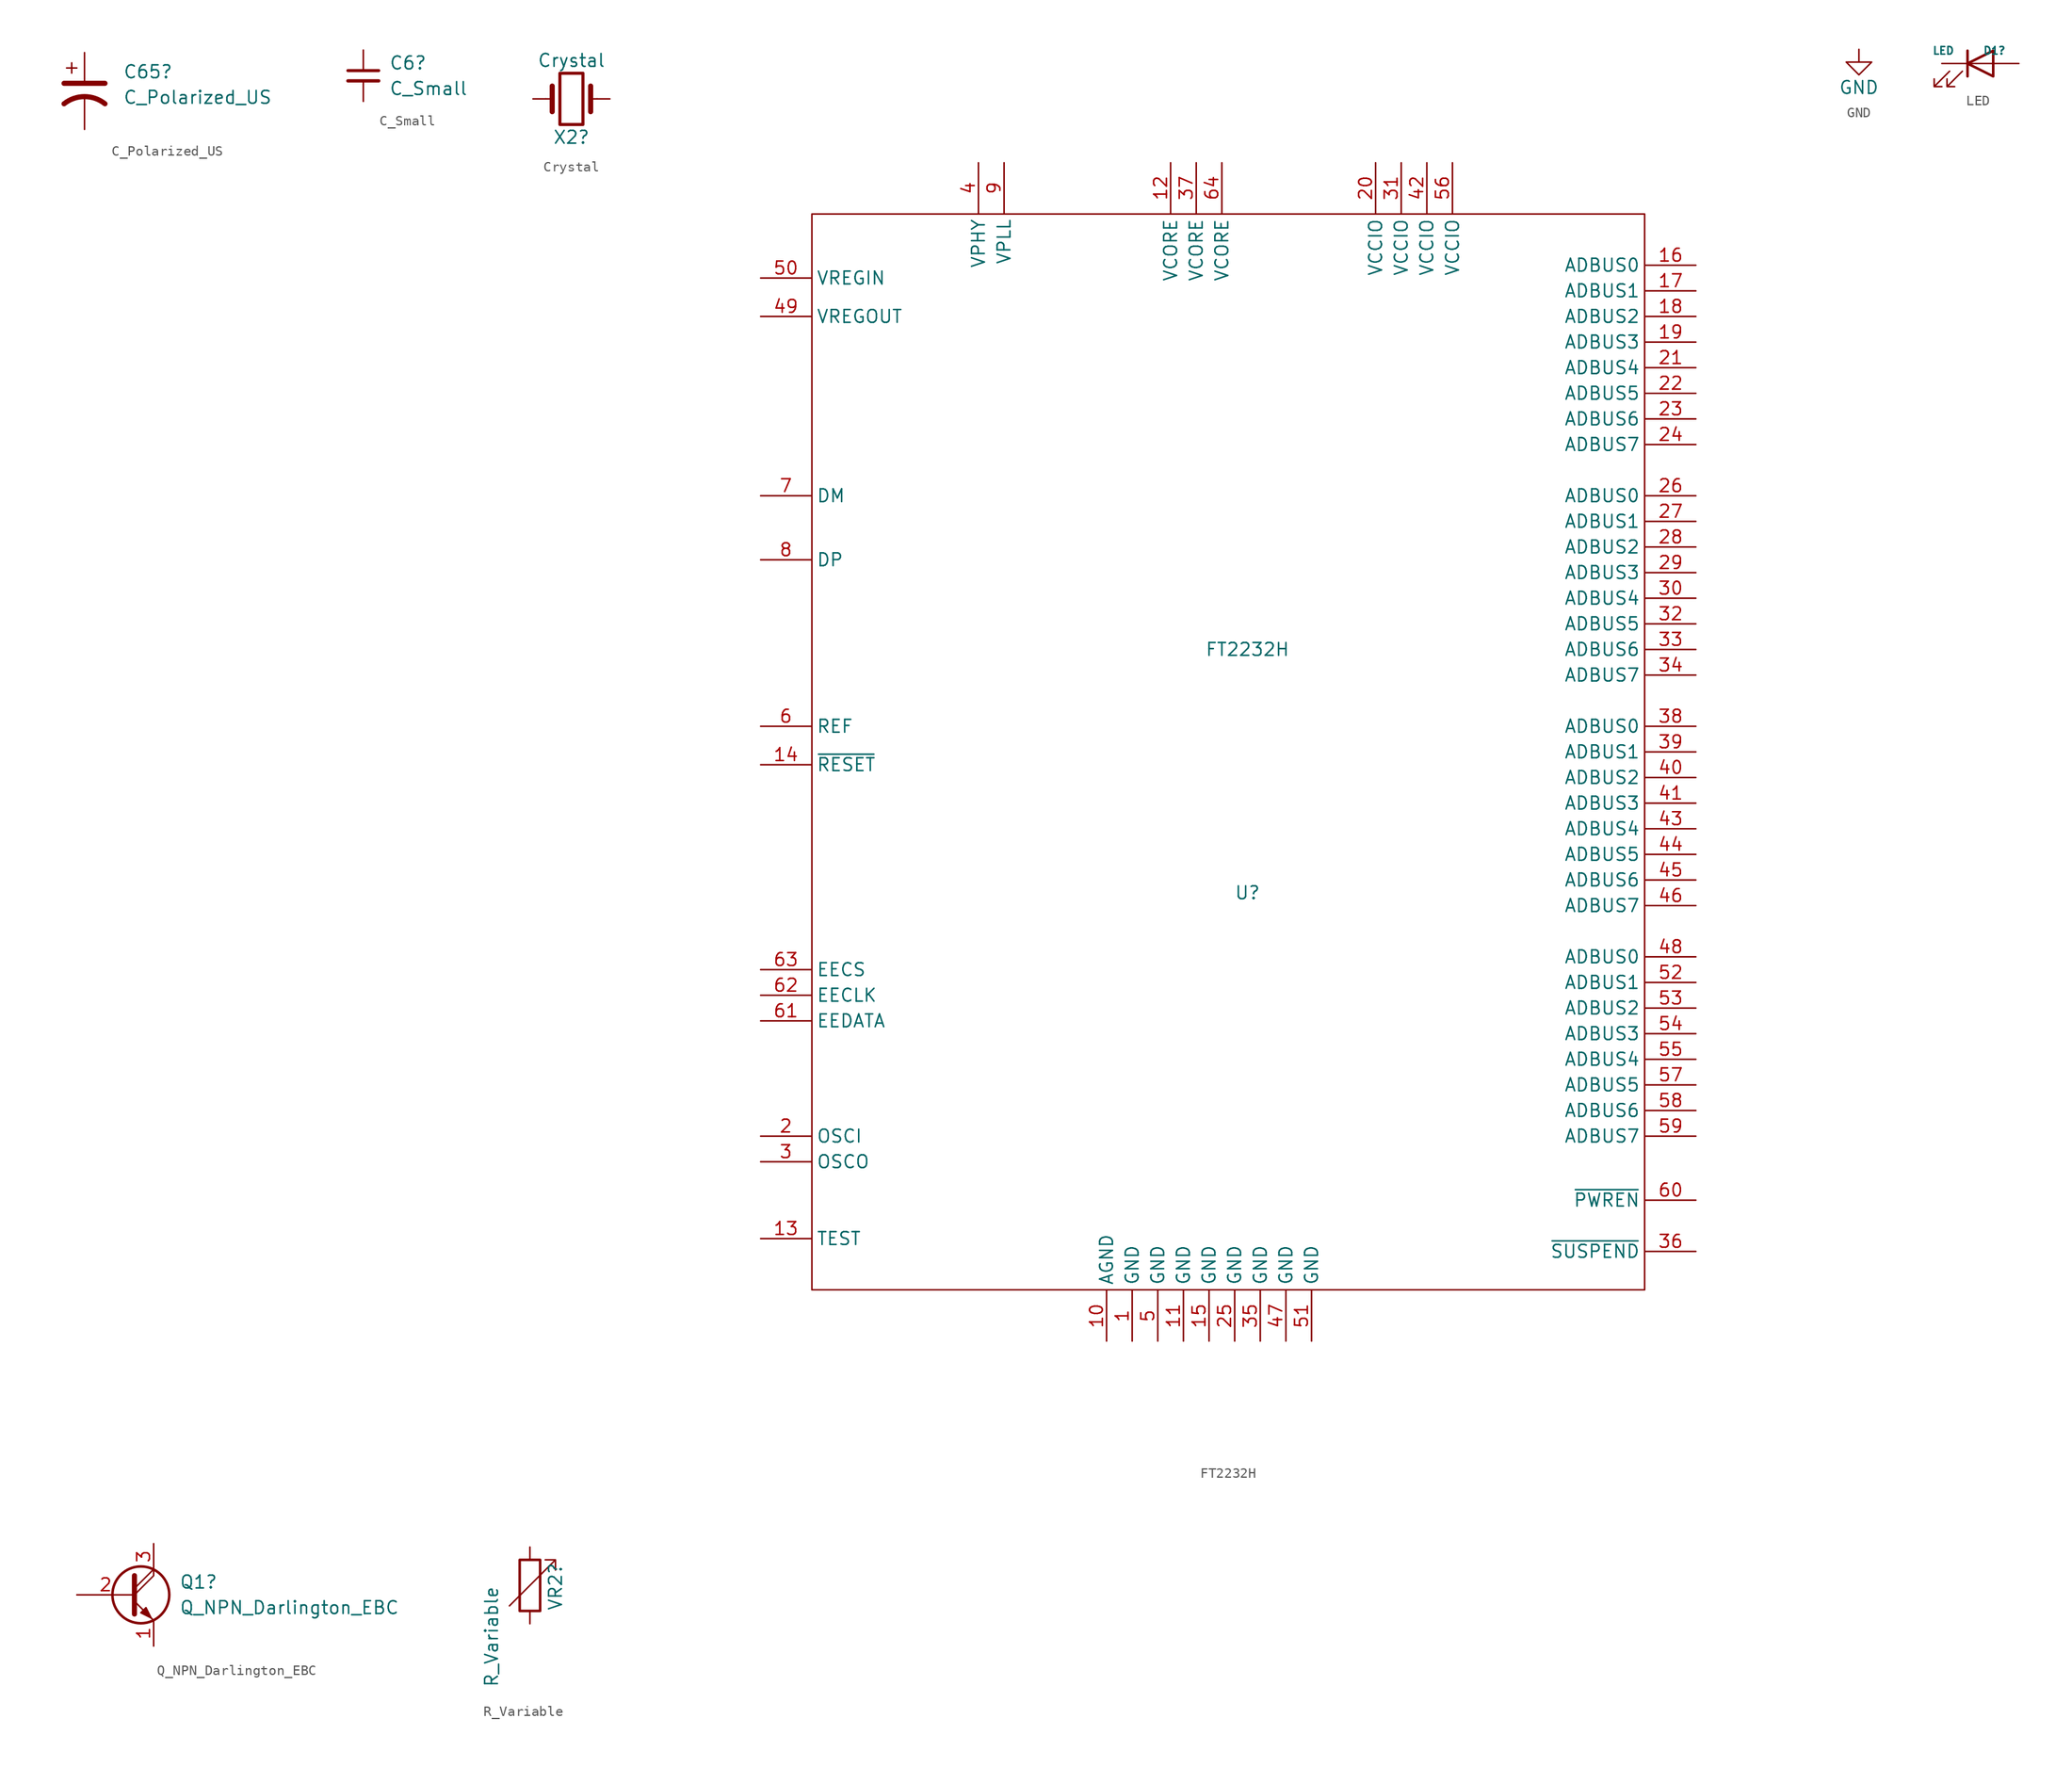
<source format=kicad_sym>
(kicad_symbol_lib
  (version 20211014)
  (generator kicad_symbol_editor)
  (symbol "C_Polarized_US"
    (pin_numbers hide)
    (pin_names
      (offset 0.254) hide)
    (property "Reference" "C65"
      (at 3.81 1.905 0)
      (effects (font (size 1.27 1.27)) (justify left)))
    (property "Value" "C_Polarized_US"
      (at 3.81 -0.635 0)
      (effects (font (size 1.27 1.27)) (justify left)))
    (symbol "C_Polarized_US_0_1"
      (polyline (pts (xy -2.032 0.762) (xy 2.032 0.762)) (stroke (width 0.508) (type default) (color 0 0 0 0)) (fill (type none)))
      (polyline (pts (xy -1.778 2.286) (xy -0.762 2.286)) (stroke (width 0) (type default) (color 0 0 0 0)) (fill (type none)))
      (polyline (pts (xy -1.27 1.778) (xy -1.27 2.794)) (stroke (width 0) (type default) (color 0 0 0 0)) (fill (type none)))
      (arc (start 2.032 -1.27) (mid 0 -0.5572) (end -2.032 -1.27) (stroke (width 0.508) (type default) (color 0 0 0 0)) (fill (type none))))
    (symbol "C_Polarized_US_1_1"
      (pin passive line (at 0 3.81 270) (length 2.794) (name "~" (effects (font (size 1.27 1.27)))) (number "1" (effects (font (size 1.27 1.27)))))
      (pin passive line (at 0 -3.81 90) (length 3.302) (name "~" (effects (font (size 1.27 1.27)))) (number "2" (effects (font (size 1.27 1.27)))))))
  (symbol "C_Small"
    (pin_numbers hide)
    (pin_names
      (offset 0.254) hide)
    (property "Reference" "C6"
      (at 2.54 1.264 0)
      (effects (font (size 1.27 1.27)) (justify left)))
    (property "Value" "C_Small"
      (at 2.54 -1.276 0)
      (effects (font (size 1.27 1.27)) (justify left)))
    (symbol "C_Small_0_1"
      (polyline (pts (xy -1.524 -0.508) (xy 1.524 -0.508)) (stroke (width 0.33) (type default) (color 0 0 0 0)) (fill (type none)))
      (polyline (pts (xy -1.524 0.508) (xy 1.524 0.508)) (stroke (width 0.305) (type default) (color 0 0 0 0)) (fill (type none))))
    (symbol "C_Small_1_1"
      (pin passive line (at 0 2.54 270) (length 2.032) (name "~" (effects (font (size 1.27 1.27)))) (number "1" (effects (font (size 1.27 1.27)))))
      (pin passive line (at 0 -2.54 90) (length 2.032) (name "~" (effects (font (size 1.27 1.27)))) (number "2" (effects (font (size 1.27 1.27)))))))
  (symbol "Crystal"
    (pin_numbers hide)
    (pin_names
      (offset 1.016) hide)
    (property "Reference" "X2"
      (at 0 -3.81 0)
      (effects (font (size 1.27 1.27))))
    (property "Value" "Crystal"
      (at 0 3.81 0)
      (effects (font (size 1.27 1.27))))
    (symbol "Crystal_0_1"
      (rectangle (start -1.143 2.54) (end 1.143 -2.54) (stroke (width 0.305) (type default) (color 0 0 0 0)) (fill (type none)))
      (polyline (pts (xy -2.54 0) (xy -1.905 0)) (stroke (width 0) (type default) (color 0 0 0 0)) (fill (type none)))
      (polyline (pts (xy -1.905 -1.27) (xy -1.905 1.27)) (stroke (width 0.508) (type default) (color 0 0 0 0)) (fill (type none)))
      (polyline (pts (xy 1.905 -1.27) (xy 1.905 1.27)) (stroke (width 0.508) (type default) (color 0 0 0 0)) (fill (type none)))
      (polyline (pts (xy 2.54 0) (xy 1.905 0)) (stroke (width 0) (type default) (color 0 0 0 0)) (fill (type none))))
    (symbol "Crystal_1_1"
      (pin passive line (at -3.81 0 0) (length 1.27) (name "1" (effects (font (size 1.27 1.27)))) (number "1" (effects (font (size 1.27 1.27)))))
      (pin passive line (at 3.81 0 180) (length 1.27) (name "2" (effects (font (size 1.27 1.27)))) (number "2" (effects (font (size 1.27 1.27)))))))
  (symbol "FT2232H"
    (property "Reference" "U"
      (at 0 -10.16 0)
      (effects (font (size 1.27 1.27))))
    (property "Value" "FT2232H"
      (at 0 13.97 0)
      (effects (font (size 1.27 1.27))))
    (symbol "FT2232H_0_1"
      (rectangle (start 39.37 57.15) (end -43.18 -49.53) (stroke (width 0) (type default) (color 0 0 0 0)) (fill (type none))))
    (symbol "FT2232H_1_1"
      (pin passive line (at -11.43 -54.61 90) (length 5) (name "GND" (effects (font (size 1.27 1.27)))) (number "1" (effects (font (size 1.27 1.27)))))
      (pin passive line (at -13.97 -54.61 90) (length 5) (name "AGND" (effects (font (size 1.27 1.27)))) (number "10" (effects (font (size 1.27 1.27)))))
      (pin passive line (at -6.35 -54.61 90) (length 5) (name "GND" (effects (font (size 1.27 1.27)))) (number "11" (effects (font (size 1.27 1.27)))))
      (pin passive line (at -7.62 62.23 270) (length 5) (name "VCORE" (effects (font (size 1.27 1.27)))) (number "12" (effects (font (size 1.27 1.27)))))
      (pin passive line (at -48.26 -44.45 0) (length 5) (name "TEST" (effects (font (size 1.27 1.27)))) (number "13" (effects (font (size 1.27 1.27)))))
      (pin passive line (at -48.26 2.54 0) (length 5) (name "~{RESET}" (effects (font (size 1.27 1.27)))) (number "14" (effects (font (size 1.27 1.27)))))
      (pin passive line (at -3.81 -54.61 90) (length 5) (name "GND" (effects (font (size 1.27 1.27)))) (number "15" (effects (font (size 1.27 1.27)))))
      (pin passive line (at 44.45 52.07 180) (length 5) (name "ADBUS0" (effects (font (size 1.27 1.27)))) (number "16" (effects (font (size 1.27 1.27)))))
      (pin passive line (at 44.45 49.53 180) (length 5) (name "ADBUS1" (effects (font (size 1.27 1.27)))) (number "17" (effects (font (size 1.27 1.27)))))
      (pin passive line (at 44.45 46.99 180) (length 5) (name "ADBUS2" (effects (font (size 1.27 1.27)))) (number "18" (effects (font (size 1.27 1.27)))))
      (pin passive line (at 44.45 44.45 180) (length 5) (name "ADBUS3" (effects (font (size 1.27 1.27)))) (number "19" (effects (font (size 1.27 1.27)))))
      (pin passive line (at -48.26 -34.29 0) (length 5) (name "OSCI" (effects (font (size 1.27 1.27)))) (number "2" (effects (font (size 1.27 1.27)))))
      (pin passive line (at 12.7 62.23 270) (length 5) (name "VCCIO" (effects (font (size 1.27 1.27)))) (number "20" (effects (font (size 1.27 1.27)))))
      (pin passive line (at 44.45 41.91 180) (length 5) (name "ADBUS4" (effects (font (size 1.27 1.27)))) (number "21" (effects (font (size 1.27 1.27)))))
      (pin passive line (at 44.45 39.37 180) (length 5) (name "ADBUS5" (effects (font (size 1.27 1.27)))) (number "22" (effects (font (size 1.27 1.27)))))
      (pin passive line (at 44.45 36.83 180) (length 5) (name "ADBUS6" (effects (font (size 1.27 1.27)))) (number "23" (effects (font (size 1.27 1.27)))))
      (pin passive line (at 44.45 34.29 180) (length 5) (name "ADBUS7" (effects (font (size 1.27 1.27)))) (number "24" (effects (font (size 1.27 1.27)))))
      (pin passive line (at -1.27 -54.61 90) (length 5) (name "GND" (effects (font (size 1.27 1.27)))) (number "25" (effects (font (size 1.27 1.27)))))
      (pin passive line (at 44.45 29.21 180) (length 5) (name "ADBUS0" (effects (font (size 1.27 1.27)))) (number "26" (effects (font (size 1.27 1.27)))))
      (pin bidirectional line (at 44.45 26.67 180) (length 5) (name "ADBUS1" (effects (font (size 1.27 1.27)))) (number "27" (effects (font (size 1.27 1.27)))))
      (pin bidirectional line (at 44.45 24.13 180) (length 5) (name "ADBUS2" (effects (font (size 1.27 1.27)))) (number "28" (effects (font (size 1.27 1.27)))))
      (pin bidirectional line (at 44.45 21.59 180) (length 5) (name "ADBUS3" (effects (font (size 1.27 1.27)))) (number "29" (effects (font (size 1.27 1.27)))))
      (pin passive line (at -48.26 -36.83 0) (length 5) (name "OSCO" (effects (font (size 1.27 1.27)))) (number "3" (effects (font (size 1.27 1.27)))))
      (pin bidirectional line (at 44.45 19.05 180) (length 5) (name "ADBUS4" (effects (font (size 1.27 1.27)))) (number "30" (effects (font (size 1.27 1.27)))))
      (pin passive line (at 15.24 62.23 270) (length 5) (name "VCCIO" (effects (font (size 1.27 1.27)))) (number "31" (effects (font (size 1.27 1.27)))))
      (pin bidirectional line (at 44.45 16.51 180) (length 5) (name "ADBUS5" (effects (font (size 1.27 1.27)))) (number "32" (effects (font (size 1.27 1.27)))))
      (pin bidirectional line (at 44.45 13.97 180) (length 5) (name "ADBUS6" (effects (font (size 1.27 1.27)))) (number "33" (effects (font (size 1.27 1.27)))))
      (pin bidirectional line (at 44.45 11.43 180) (length 5) (name "ADBUS7" (effects (font (size 1.27 1.27)))) (number "34" (effects (font (size 1.27 1.27)))))
      (pin passive line (at 1.27 -54.61 90) (length 5) (name "GND" (effects (font (size 1.27 1.27)))) (number "35" (effects (font (size 1.27 1.27)))))
      (pin passive line (at 44.45 -45.72 180) (length 5) (name "~{SUSPEND}" (effects (font (size 1.27 1.27)))) (number "36" (effects (font (size 1.27 1.27)))))
      (pin passive line (at -5.08 62.23 270) (length 5) (name "VCORE" (effects (font (size 1.27 1.27)))) (number "37" (effects (font (size 1.27 1.27)))))
      (pin bidirectional line (at 44.45 6.35 180) (length 5) (name "ADBUS0" (effects (font (size 1.27 1.27)))) (number "38" (effects (font (size 1.27 1.27)))))
      (pin bidirectional line (at 44.45 3.81 180) (length 5) (name "ADBUS1" (effects (font (size 1.27 1.27)))) (number "39" (effects (font (size 1.27 1.27)))))
      (pin passive line (at -26.67 62.23 270) (length 5) (name "VPHY" (effects (font (size 1.27 1.27)))) (number "4" (effects (font (size 1.27 1.27)))))
      (pin bidirectional line (at 44.45 1.27 180) (length 5) (name "ADBUS2" (effects (font (size 1.27 1.27)))) (number "40" (effects (font (size 1.27 1.27)))))
      (pin bidirectional line (at 44.45 -1.27 180) (length 5) (name "ADBUS3" (effects (font (size 1.27 1.27)))) (number "41" (effects (font (size 1.27 1.27)))))
      (pin bidirectional line (at 17.78 62.23 270) (length 5) (name "VCCIO" (effects (font (size 1.27 1.27)))) (number "42" (effects (font (size 1.27 1.27)))))
      (pin bidirectional line (at 44.45 -3.81 180) (length 5) (name "ADBUS4" (effects (font (size 1.27 1.27)))) (number "43" (effects (font (size 1.27 1.27)))))
      (pin bidirectional line (at 44.45 -6.35 180) (length 5) (name "ADBUS5" (effects (font (size 1.27 1.27)))) (number "44" (effects (font (size 1.27 1.27)))))
      (pin bidirectional line (at 44.45 -8.89 180) (length 5) (name "ADBUS6" (effects (font (size 1.27 1.27)))) (number "45" (effects (font (size 1.27 1.27)))))
      (pin bidirectional line (at 44.45 -11.43 180) (length 5) (name "ADBUS7" (effects (font (size 1.27 1.27)))) (number "46" (effects (font (size 1.27 1.27)))))
      (pin passive line (at 3.81 -54.61 90) (length 5) (name "GND" (effects (font (size 1.27 1.27)))) (number "47" (effects (font (size 1.27 1.27)))))
      (pin bidirectional line (at 44.45 -16.51 180) (length 5) (name "ADBUS0" (effects (font (size 1.27 1.27)))) (number "48" (effects (font (size 1.27 1.27)))))
      (pin passive line (at -48.26 46.99 0) (length 5) (name "VREGOUT" (effects (font (size 1.27 1.27)))) (number "49" (effects (font (size 1.27 1.27)))))
      (pin passive line (at -8.89 -54.61 90) (length 5) (name "GND" (effects (font (size 1.27 1.27)))) (number "5" (effects (font (size 1.27 1.27)))))
      (pin passive line (at -48.26 50.8 0) (length 5) (name "VREGIN" (effects (font (size 1.27 1.27)))) (number "50" (effects (font (size 1.27 1.27)))))
      (pin passive line (at 6.35 -54.61 90) (length 5) (name "GND" (effects (font (size 1.27 1.27)))) (number "51" (effects (font (size 1.27 1.27)))))
      (pin bidirectional line (at 44.45 -19.05 180) (length 5) (name "ADBUS1" (effects (font (size 1.27 1.27)))) (number "52" (effects (font (size 1.27 1.27)))))
      (pin bidirectional line (at 44.45 -21.59 180) (length 5) (name "ADBUS2" (effects (font (size 1.27 1.27)))) (number "53" (effects (font (size 1.27 1.27)))))
      (pin bidirectional line (at 44.45 -24.13 180) (length 5) (name "ADBUS3" (effects (font (size 1.27 1.27)))) (number "54" (effects (font (size 1.27 1.27)))))
      (pin bidirectional line (at 44.45 -26.67 180) (length 5) (name "ADBUS4" (effects (font (size 1.27 1.27)))) (number "55" (effects (font (size 1.27 1.27)))))
      (pin passive line (at 20.32 62.23 270) (length 5) (name "VCCIO" (effects (font (size 1.27 1.27)))) (number "56" (effects (font (size 1.27 1.27)))))
      (pin bidirectional line (at 44.45 -29.21 180) (length 5) (name "ADBUS5" (effects (font (size 1.27 1.27)))) (number "57" (effects (font (size 1.27 1.27)))))
      (pin bidirectional line (at 44.45 -31.75 180) (length 5) (name "ADBUS6" (effects (font (size 1.27 1.27)))) (number "58" (effects (font (size 1.27 1.27)))))
      (pin bidirectional line (at 44.45 -34.29 180) (length 5) (name "ADBUS7" (effects (font (size 1.27 1.27)))) (number "59" (effects (font (size 1.27 1.27)))))
      (pin passive line (at -48.26 6.35 0) (length 5) (name "REF" (effects (font (size 1.27 1.27)))) (number "6" (effects (font (size 1.27 1.27)))))
      (pin passive line (at 44.45 -40.64 180) (length 5) (name "~{PWREN}" (effects (font (size 1.27 1.27)))) (number "60" (effects (font (size 1.27 1.27)))))
      (pin passive line (at -48.26 -22.86 0) (length 5) (name "EEDATA" (effects (font (size 1.27 1.27)))) (number "61" (effects (font (size 1.27 1.27)))))
      (pin passive line (at -48.26 -20.32 0) (length 5) (name "EECLK" (effects (font (size 1.27 1.27)))) (number "62" (effects (font (size 1.27 1.27)))))
      (pin passive line (at -48.26 -17.78 0) (length 5) (name "EECS" (effects (font (size 1.27 1.27)))) (number "63" (effects (font (size 1.27 1.27)))))
      (pin passive line (at -2.54 62.23 270) (length 5) (name "VCORE" (effects (font (size 1.27 1.27)))) (number "64" (effects (font (size 1.27 1.27)))))
      (pin passive line (at -48.26 29.21 0) (length 5) (name "DM" (effects (font (size 1.27 1.27)))) (number "7" (effects (font (size 1.27 1.27)))))
      (pin passive line (at -48.26 22.86 0) (length 5) (name "DP" (effects (font (size 1.27 1.27)))) (number "8" (effects (font (size 1.27 1.27)))))
      (pin passive line (at -24.13 62.23 270) (length 5) (name "VPLL" (effects (font (size 1.27 1.27)))) (number "9" (effects (font (size 1.27 1.27)))))))
  (symbol "GND"
    (power)
    (pin_names
      (offset 0))
    (property "Reference" "#PWR?"
      (at 0 -6.35 0)
      (effects (font (size 1.27 1.27)) hide))
    (property "Value" "GND"
      (at 0 -3.81 0)
      (effects (font (size 1.27 1.27))))
    (symbol "GND_0_1"
      (polyline (pts (xy 0 0) (xy 0 -1.27) (xy 1.27 -1.27) (xy 0 -2.54) (xy -1.27 -1.27) (xy 0 -1.27)) (stroke (width 0) (type default) (color 0 0 0 0)) (fill (type none))))
    (symbol "GND_1_1"
      (pin power_in line (at 0 0 270) (length 0) hide (name "GND" (effects (font (size 1.27 1.27)))) (number "1" (effects (font (size 1.27 1.27)))))))
  (symbol "LED"
    (pin_numbers hide)
    (pin_names
      (offset 1.016) hide)
    (property "Reference" "D1"
      (at 2.54 1.27 0)
      (effects (font (size 0.75 0.75)) (justify right)))
    (property "Value" "LED"
      (at -2.54 1.27 0)
      (effects (font (size 0.75 0.75)) (justify right)))
    (symbol "LED_0_1"
      (polyline (pts (xy -1.27 -1.27) (xy -1.27 1.27)) (stroke (width 0.254) (type default) (color 0 0 0 0)) (fill (type none)))
      (polyline (pts (xy -1.27 0) (xy 1.27 0)) (stroke (width 0) (type default) (color 0 0 0 0)) (fill (type none)))
      (polyline (pts (xy 1.27 -1.27) (xy 1.27 1.27) (xy -1.27 0) (xy 1.27 -1.27)) (stroke (width 0.254) (type default) (color 0 0 0 0)) (fill (type none)))
      (polyline (pts (xy -3.048 -0.762) (xy -4.572 -2.286) (xy -3.81 -2.286) (xy -4.572 -2.286) (xy -4.572 -1.524)) (stroke (width 0) (type default) (color 0 0 0 0)) (fill (type none)))
      (polyline (pts (xy -1.778 -0.762) (xy -3.302 -2.286) (xy -2.54 -2.286) (xy -3.302 -2.286) (xy -3.302 -1.524)) (stroke (width 0) (type default) (color 0 0 0 0)) (fill (type none))))
    (symbol "LED_1_1"
      (pin passive line (at -3.81 0 0) (length 2.54) (name "K" (effects (font (size 1.27 1.27)))) (number "1" (effects (font (size 1.27 1.27)))))
      (pin passive line (at 3.81 0 180) (length 2.54) (name "A" (effects (font (size 1.27 1.27)))) (number "2" (effects (font (size 1.27 1.27)))))))
  (symbol "Q_NPN_Darlington_EBC"
    (pin_names
      (offset 0) hide)
    (property "Reference" "Q1"
      (at 5.08 1.27 0)
      (effects (font (size 1.27 1.27)) (justify left)))
    (property "Value" "Q_NPN_Darlington_EBC"
      (at 5.08 -1.27 0)
      (effects (font (size 1.27 1.27)) (justify left)))
    (symbol "Q_NPN_Darlington_EBC_0_1"
      (polyline (pts (xy 0.635 0.635) (xy 2.54 2.54)) (stroke (width 0) (type default) (color 0 0 0 0)) (fill (type none)))
      (polyline (pts (xy 0.635 -0.635) (xy 2.54 -2.54) (xy 2.54 -2.54)) (stroke (width 0) (type default) (color 0 0 0 0)) (fill (type none)))
      (polyline (pts (xy 0.635 0) (xy 2.54 1.905) (xy 2.54 2.54)) (stroke (width 0) (type default) (color 0 0 0 0)) (fill (type none)))
      (polyline (pts (xy 0.635 1.905) (xy 0.635 -1.905) (xy 0.635 -1.905)) (stroke (width 0.508) (type default) (color 0 0 0 0)) (fill (type none)))
      (polyline (pts (xy 1.27 -1.778) (xy 1.778 -1.27) (xy 2.286 -2.286) (xy 1.27 -1.778) (xy 1.27 -1.778)) (stroke (width 0) (type default) (color 0 0 0 0)) (fill (type outline)))
      (circle (center 1.27 0) (radius 2.819) (stroke (width 0.254) (type default) (color 0 0 0 0)) (fill (type none))))
    (symbol "Q_NPN_Darlington_EBC_1_1"
      (pin passive line (at 2.54 -5.08 90) (length 2.54) (name "E" (effects (font (size 1.27 1.27)))) (number "1" (effects (font (size 1.27 1.27)))))
      (pin passive line (at -5.08 0 0) (length 5.715) (name "B" (effects (font (size 1.27 1.27)))) (number "2" (effects (font (size 1.27 1.27)))))
      (pin passive line (at 2.54 5.08 270) (length 2.54) (name "C" (effects (font (size 1.27 1.27)))) (number "3" (effects (font (size 1.27 1.27)))))))
  (symbol "R_Variable"
    (pin_numbers hide)
    (pin_names
      (offset 0))
    (property "Reference" "VR2"
      (at 2.54 -2.54 90)
      (effects (font (size 1.27 1.27)) (justify left)))
    (property "Value" "R_Variable"
      (at -3.81 -10.16 90)
      (effects (font (size 1.27 1.27)) (justify left)))
    (symbol "R_Variable_0_1"
      (rectangle (start -1.016 -2.54) (end 1.016 2.54) (stroke (width 0.254) (type default) (color 0 0 0 0)) (fill (type none)))
      (polyline (pts (xy 2.54 1.524) (xy 2.54 2.54) (xy 1.524 2.54) (xy 2.54 2.54) (xy -2.032 -2.032)) (stroke (width 0) (type default) (color 0 0 0 0)) (fill (type none))))
    (symbol "R_Variable_1_1"
      (pin passive line (at 0 3.81 270) (length 1.27) (name "~" (effects (font (size 1.27 1.27)))) (number "1" (effects (font (size 1.27 1.27)))))
      (pin passive line (at 0 -3.81 90) (length 1.27) (name "~" (effects (font (size 1.27 1.27)))) (number "2" (effects (font (size 1.27 1.27))))))))
</source>
